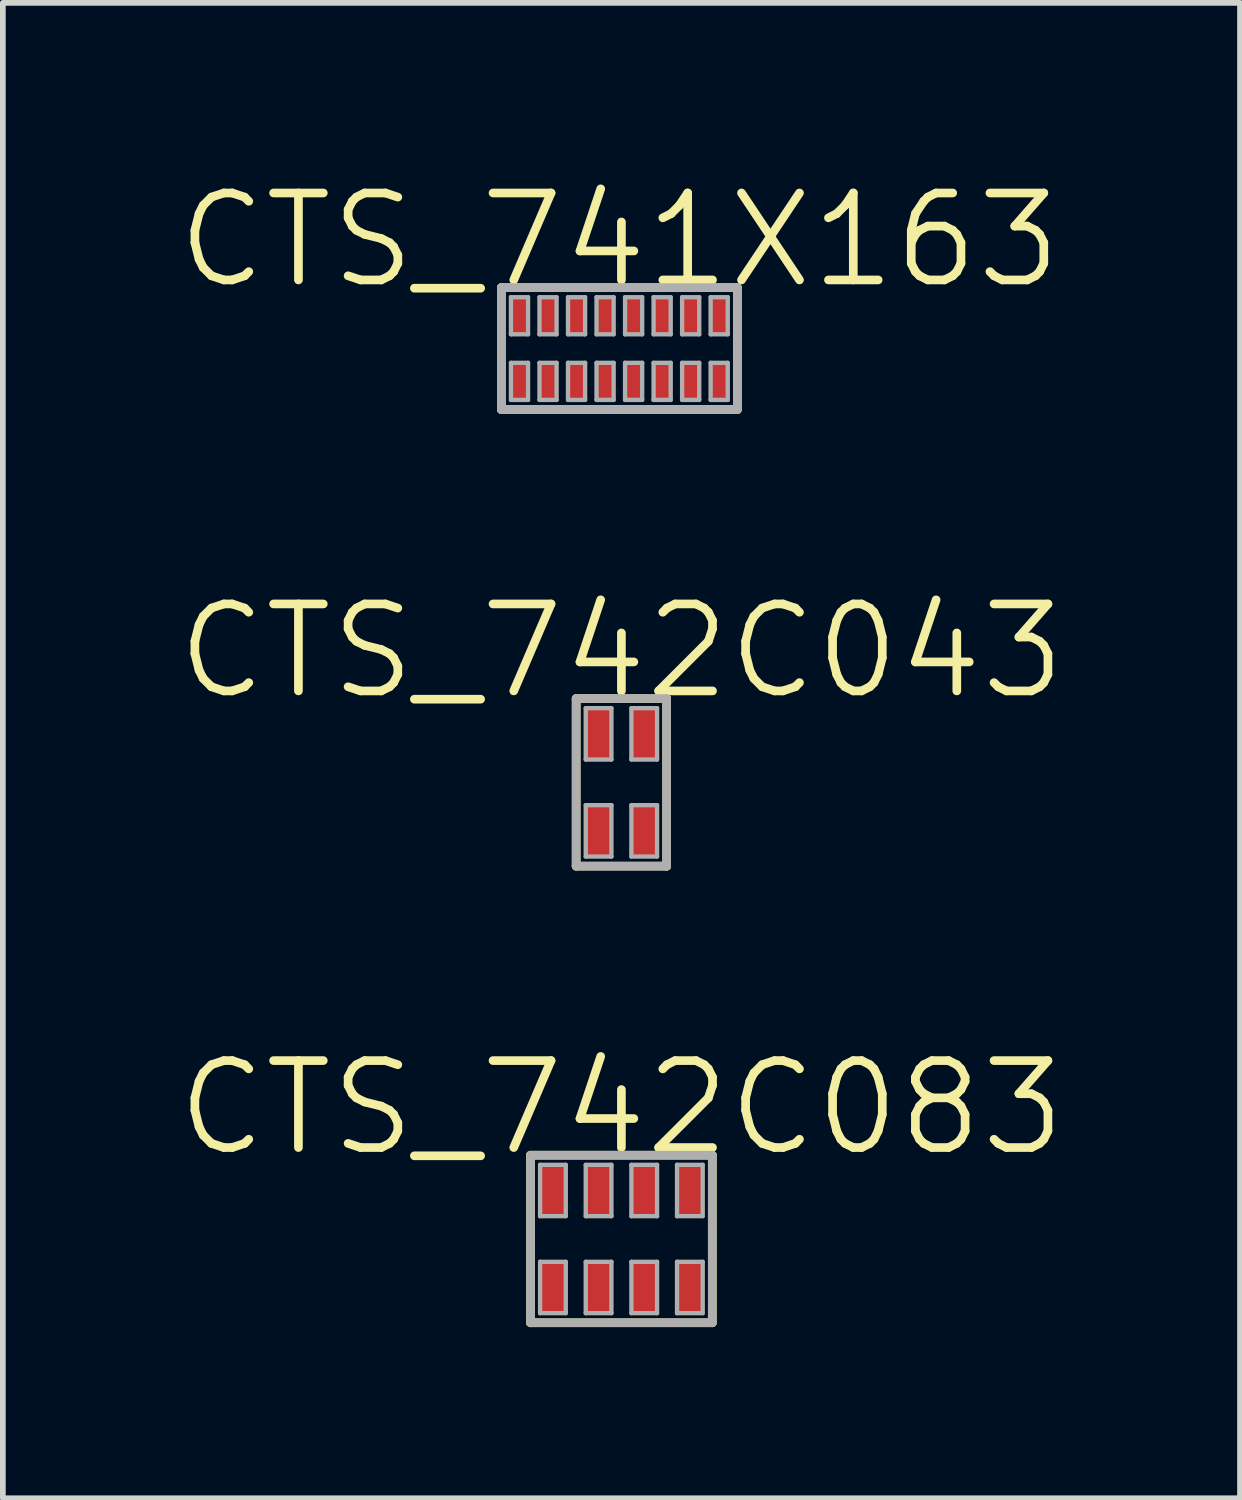
<source format=kicad_pcb>
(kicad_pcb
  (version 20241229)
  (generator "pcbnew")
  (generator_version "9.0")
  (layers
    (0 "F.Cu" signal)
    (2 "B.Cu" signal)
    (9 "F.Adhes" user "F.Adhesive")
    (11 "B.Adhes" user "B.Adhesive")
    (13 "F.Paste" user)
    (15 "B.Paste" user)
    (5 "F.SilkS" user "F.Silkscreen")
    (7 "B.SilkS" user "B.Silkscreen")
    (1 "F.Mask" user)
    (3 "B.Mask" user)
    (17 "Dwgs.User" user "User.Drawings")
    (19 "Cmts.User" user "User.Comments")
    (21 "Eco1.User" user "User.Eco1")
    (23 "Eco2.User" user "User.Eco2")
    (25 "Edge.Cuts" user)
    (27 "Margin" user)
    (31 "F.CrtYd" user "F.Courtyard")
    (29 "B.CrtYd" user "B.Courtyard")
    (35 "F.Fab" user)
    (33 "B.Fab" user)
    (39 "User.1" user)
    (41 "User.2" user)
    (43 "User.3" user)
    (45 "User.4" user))
  (footprint "CTS_742C083"
    (layer "F.Cu")
    (at 7.841 18.665)
    (property "Reference" "CTS_742C083" (at 0 -2.3 0) (layer "F.SilkS") (effects (font (size 1.524 1.524) (thickness 0.152))))
    (attr smd)
    (fp_line (start -1.593 -1.468) (end -1.593 1.468) (stroke (width 0.152) (type solid)) (layer "F.SilkS"))
    (fp_line (start -1.593 -1.468) (end 1.593 -1.468) (stroke (width 0.152) (type solid)) (layer "F.SilkS"))
    (fp_line (start 1.593 1.468) (end -1.593 1.468) (stroke (width 0.152) (type solid)) (layer "F.SilkS"))
    (fp_line (start 1.593 1.468) (end 1.593 -1.468) (stroke (width 0.152) (type solid)) (layer "F.SilkS"))
    (fp_line (start -1.593 -1.468) (end -1.593 1.468) (stroke (width 0.152) (type solid)) (layer "F.Fab"))
    (fp_line (start -1.593 -1.468) (end 1.593 -1.468) (stroke (width 0.152) (type solid)) (layer "F.Fab"))
    (fp_line (start -1.425 -1.3) (end -0.975 -1.3) (stroke (width 0.076) (type solid)) (layer "F.Fab"))
    (fp_line (start -1.425 -0.4) (end -1.425 -1.3) (stroke (width 0.076) (type solid)) (layer "F.Fab"))
    (fp_line (start -1.425 -0.4) (end -0.975 -0.4) (stroke (width 0.076) (type solid)) (layer "F.Fab"))
    (fp_line (start -1.425 0.4) (end -0.975 0.4) (stroke (width 0.076) (type solid)) (layer "F.Fab"))
    (fp_line (start -1.425 1.3) (end -1.425 0.4) (stroke (width 0.076) (type solid)) (layer "F.Fab"))
    (fp_line (start -1.425 1.3) (end -0.975 1.3) (stroke (width 0.076) (type solid)) (layer "F.Fab"))
    (fp_line (start -0.975 -0.4) (end -0.975 -1.3) (stroke (width 0.076) (type solid)) (layer "F.Fab"))
    (fp_line (start -0.975 1.3) (end -0.975 0.4) (stroke (width 0.076) (type solid)) (layer "F.Fab"))
    (fp_line (start -0.625 -1.3) (end -0.175 -1.3) (stroke (width 0.076) (type solid)) (layer "F.Fab"))
    (fp_line (start -0.625 -0.4) (end -0.625 -1.3) (stroke (width 0.076) (type solid)) (layer "F.Fab"))
    (fp_line (start -0.625 -0.4) (end -0.175 -0.4) (stroke (width 0.076) (type solid)) (layer "F.Fab"))
    (fp_line (start -0.625 0.4) (end -0.175 0.4) (stroke (width 0.076) (type solid)) (layer "F.Fab"))
    (fp_line (start -0.625 1.3) (end -0.625 0.4) (stroke (width 0.076) (type solid)) (layer "F.Fab"))
    (fp_line (start -0.625 1.3) (end -0.175 1.3) (stroke (width 0.076) (type solid)) (layer "F.Fab"))
    (fp_line (start -0.175 -0.4) (end -0.175 -1.3) (stroke (width 0.076) (type solid)) (layer "F.Fab"))
    (fp_line (start -0.175 1.3) (end -0.175 0.4) (stroke (width 0.076) (type solid)) (layer "F.Fab"))
    (fp_line (start 0.175 -1.3) (end 0.625 -1.3) (stroke (width 0.076) (type solid)) (layer "F.Fab"))
    (fp_line (start 0.175 -0.4) (end 0.175 -1.3) (stroke (width 0.076) (type solid)) (layer "F.Fab"))
    (fp_line (start 0.175 -0.4) (end 0.625 -0.4) (stroke (width 0.076) (type solid)) (layer "F.Fab"))
    (fp_line (start 0.175 0.4) (end 0.625 0.4) (stroke (width 0.076) (type solid)) (layer "F.Fab"))
    (fp_line (start 0.175 1.3) (end 0.175 0.4) (stroke (width 0.076) (type solid)) (layer "F.Fab"))
    (fp_line (start 0.175 1.3) (end 0.625 1.3) (stroke (width 0.076) (type solid)) (layer "F.Fab"))
    (fp_line (start 0.625 -0.4) (end 0.625 -1.3) (stroke (width 0.076) (type solid)) (layer "F.Fab"))
    (fp_line (start 0.625 1.3) (end 0.625 0.4) (stroke (width 0.076) (type solid)) (layer "F.Fab"))
    (fp_line (start 0.975 -1.3) (end 1.425 -1.3) (stroke (width 0.076) (type solid)) (layer "F.Fab"))
    (fp_line (start 0.975 -0.4) (end 0.975 -1.3) (stroke (width 0.076) (type solid)) (layer "F.Fab"))
    (fp_line (start 0.975 -0.4) (end 1.425 -0.4) (stroke (width 0.076) (type solid)) (layer "F.Fab"))
    (fp_line (start 0.975 0.4) (end 1.425 0.4) (stroke (width 0.076) (type solid)) (layer "F.Fab"))
    (fp_line (start 0.975 1.3) (end 0.975 0.4) (stroke (width 0.076) (type solid)) (layer "F.Fab"))
    (fp_line (start 0.975 1.3) (end 1.425 1.3) (stroke (width 0.076) (type solid)) (layer "F.Fab"))
    (fp_line (start 1.425 -0.4) (end 1.425 -1.3) (stroke (width 0.076) (type solid)) (layer "F.Fab"))
    (fp_line (start 1.425 1.3) (end 1.425 0.4) (stroke (width 0.076) (type solid)) (layer "F.Fab"))
    (fp_line (start 1.593 1.468) (end -1.593 1.468) (stroke (width 0.152) (type solid)) (layer "F.Fab"))
    (fp_line (start 1.593 1.468) (end 1.593 -1.468) (stroke (width 0.152) (type solid)) (layer "F.Fab"))
    (pad "1" smd rect (at -1.2 0.85) (size 0.45 0.9) (layers "F.Cu" "F.Mask" "F.Paste"))
    (pad "2" smd rect (at -0.4 0.85) (size 0.45 0.9) (layers "F.Cu" "F.Mask" "F.Paste"))
    (pad "3" smd rect (at 0.4 0.85) (size 0.45 0.9) (layers "F.Cu" "F.Mask" "F.Paste"))
    (pad "4" smd rect (at 1.2 0.85) (size 0.45 0.9) (layers "F.Cu" "F.Mask" "F.Paste"))
    (pad "5" smd rect (at 1.2 -0.85) (size 0.45 0.9) (layers "F.Cu" "F.Mask" "F.Paste"))
    (pad "6" smd rect (at 0.4 -0.85) (size 0.45 0.9) (layers "F.Cu" "F.Mask" "F.Paste"))
    (pad "7" smd rect (at -0.4 -0.85) (size 0.45 0.9) (layers "F.Cu" "F.Mask" "F.Paste"))
    (pad "8" smd rect (at -1.2 -0.85) (size 0.45 0.9) (layers "F.Cu" "F.Mask" "F.Paste")))
  (footprint "CTS_741X163"
    (layer "F.Cu")
    (at 7.805 3.059)
    (property "Reference" "CTS_741X163" (at 0 -1.9 0) (layer "F.SilkS") (effects (font (size 1.524 1.524) (thickness 0.152))))
    (attr smd)
    (fp_line (start -2.068 -1.068) (end -2.068 1.068) (stroke (width 0.152) (type solid)) (layer "F.SilkS"))
    (fp_line (start -2.068 -1.068) (end 2.068 -1.068) (stroke (width 0.152) (type solid)) (layer "F.SilkS"))
    (fp_line (start 2.068 1.068) (end -2.068 1.068) (stroke (width 0.152) (type solid)) (layer "F.SilkS"))
    (fp_line (start 2.068 1.068) (end 2.068 -1.068) (stroke (width 0.152) (type solid)) (layer "F.SilkS"))
    (fp_line (start -2.068 -1.068) (end -2.068 1.068) (stroke (width 0.152) (type solid)) (layer "F.Fab"))
    (fp_line (start -2.068 -1.068) (end 2.068 -1.068) (stroke (width 0.152) (type solid)) (layer "F.Fab"))
    (fp_line (start -1.9 -0.9) (end -1.6 -0.9) (stroke (width 0.076) (type solid)) (layer "F.Fab"))
    (fp_line (start -1.9 -0.25) (end -1.9 -0.9) (stroke (width 0.076) (type solid)) (layer "F.Fab"))
    (fp_line (start -1.9 -0.25) (end -1.6 -0.25) (stroke (width 0.076) (type solid)) (layer "F.Fab"))
    (fp_line (start -1.9 0.25) (end -1.6 0.25) (stroke (width 0.076) (type solid)) (layer "F.Fab"))
    (fp_line (start -1.9 0.9) (end -1.9 0.25) (stroke (width 0.076) (type solid)) (layer "F.Fab"))
    (fp_line (start -1.9 0.9) (end -1.6 0.9) (stroke (width 0.076) (type solid)) (layer "F.Fab"))
    (fp_line (start -1.6 -0.25) (end -1.6 -0.9) (stroke (width 0.076) (type solid)) (layer "F.Fab"))
    (fp_line (start -1.6 0.9) (end -1.6 0.25) (stroke (width 0.076) (type solid)) (layer "F.Fab"))
    (fp_line (start -1.4 -0.9) (end -1.1 -0.9) (stroke (width 0.076) (type solid)) (layer "F.Fab"))
    (fp_line (start -1.4 -0.25) (end -1.4 -0.9) (stroke (width 0.076) (type solid)) (layer "F.Fab"))
    (fp_line (start -1.4 -0.25) (end -1.1 -0.25) (stroke (width 0.076) (type solid)) (layer "F.Fab"))
    (fp_line (start -1.4 0.25) (end -1.1 0.25) (stroke (width 0.076) (type solid)) (layer "F.Fab"))
    (fp_line (start -1.4 0.9) (end -1.4 0.25) (stroke (width 0.076) (type solid)) (layer "F.Fab"))
    (fp_line (start -1.4 0.9) (end -1.1 0.9) (stroke (width 0.076) (type solid)) (layer "F.Fab"))
    (fp_line (start -1.1 -0.25) (end -1.1 -0.9) (stroke (width 0.076) (type solid)) (layer "F.Fab"))
    (fp_line (start -1.1 0.9) (end -1.1 0.25) (stroke (width 0.076) (type solid)) (layer "F.Fab"))
    (fp_line (start -0.9 -0.9) (end -0.6 -0.9) (stroke (width 0.076) (type solid)) (layer "F.Fab"))
    (fp_line (start -0.9 -0.25) (end -0.9 -0.9) (stroke (width 0.076) (type solid)) (layer "F.Fab"))
    (fp_line (start -0.9 -0.25) (end -0.6 -0.25) (stroke (width 0.076) (type solid)) (layer "F.Fab"))
    (fp_line (start -0.9 0.25) (end -0.6 0.25) (stroke (width 0.076) (type solid)) (layer "F.Fab"))
    (fp_line (start -0.9 0.9) (end -0.9 0.25) (stroke (width 0.076) (type solid)) (layer "F.Fab"))
    (fp_line (start -0.9 0.9) (end -0.6 0.9) (stroke (width 0.076) (type solid)) (layer "F.Fab"))
    (fp_line (start -0.6 -0.25) (end -0.6 -0.9) (stroke (width 0.076) (type solid)) (layer "F.Fab"))
    (fp_line (start -0.6 0.9) (end -0.6 0.25) (stroke (width 0.076) (type solid)) (layer "F.Fab"))
    (fp_line (start -0.4 -0.9) (end -0.1 -0.9) (stroke (width 0.076) (type solid)) (layer "F.Fab"))
    (fp_line (start -0.4 -0.25) (end -0.4 -0.9) (stroke (width 0.076) (type solid)) (layer "F.Fab"))
    (fp_line (start -0.4 -0.25) (end -0.1 -0.25) (stroke (width 0.076) (type solid)) (layer "F.Fab"))
    (fp_line (start -0.4 0.25) (end -0.1 0.25) (stroke (width 0.076) (type solid)) (layer "F.Fab"))
    (fp_line (start -0.4 0.9) (end -0.4 0.25) (stroke (width 0.076) (type solid)) (layer "F.Fab"))
    (fp_line (start -0.4 0.9) (end -0.1 0.9) (stroke (width 0.076) (type solid)) (layer "F.Fab"))
    (fp_line (start -0.1 -0.25) (end -0.1 -0.9) (stroke (width 0.076) (type solid)) (layer "F.Fab"))
    (fp_line (start -0.1 0.9) (end -0.1 0.25) (stroke (width 0.076) (type solid)) (layer "F.Fab"))
    (fp_line (start 0.1 -0.9) (end 0.4 -0.9) (stroke (width 0.076) (type solid)) (layer "F.Fab"))
    (fp_line (start 0.1 -0.25) (end 0.1 -0.9) (stroke (width 0.076) (type solid)) (layer "F.Fab"))
    (fp_line (start 0.1 -0.25) (end 0.4 -0.25) (stroke (width 0.076) (type solid)) (layer "F.Fab"))
    (fp_line (start 0.1 0.25) (end 0.4 0.25) (stroke (width 0.076) (type solid)) (layer "F.Fab"))
    (fp_line (start 0.1 0.9) (end 0.1 0.25) (stroke (width 0.076) (type solid)) (layer "F.Fab"))
    (fp_line (start 0.1 0.9) (end 0.4 0.9) (stroke (width 0.076) (type solid)) (layer "F.Fab"))
    (fp_line (start 0.4 -0.25) (end 0.4 -0.9) (stroke (width 0.076) (type solid)) (layer "F.Fab"))
    (fp_line (start 0.4 0.9) (end 0.4 0.25) (stroke (width 0.076) (type solid)) (layer "F.Fab"))
    (fp_line (start 0.6 -0.9) (end 0.9 -0.9) (stroke (width 0.076) (type solid)) (layer "F.Fab"))
    (fp_line (start 0.6 -0.25) (end 0.6 -0.9) (stroke (width 0.076) (type solid)) (layer "F.Fab"))
    (fp_line (start 0.6 -0.25) (end 0.9 -0.25) (stroke (width 0.076) (type solid)) (layer "F.Fab"))
    (fp_line (start 0.6 0.25) (end 0.9 0.25) (stroke (width 0.076) (type solid)) (layer "F.Fab"))
    (fp_line (start 0.6 0.9) (end 0.6 0.25) (stroke (width 0.076) (type solid)) (layer "F.Fab"))
    (fp_line (start 0.6 0.9) (end 0.9 0.9) (stroke (width 0.076) (type solid)) (layer "F.Fab"))
    (fp_line (start 0.9 -0.25) (end 0.9 -0.9) (stroke (width 0.076) (type solid)) (layer "F.Fab"))
    (fp_line (start 0.9 0.9) (end 0.9 0.25) (stroke (width 0.076) (type solid)) (layer "F.Fab"))
    (fp_line (start 1.1 -0.9) (end 1.4 -0.9) (stroke (width 0.076) (type solid)) (layer "F.Fab"))
    (fp_line (start 1.1 -0.25) (end 1.1 -0.9) (stroke (width 0.076) (type solid)) (layer "F.Fab"))
    (fp_line (start 1.1 -0.25) (end 1.4 -0.25) (stroke (width 0.076) (type solid)) (layer "F.Fab"))
    (fp_line (start 1.1 0.25) (end 1.4 0.25) (stroke (width 0.076) (type solid)) (layer "F.Fab"))
    (fp_line (start 1.1 0.9) (end 1.1 0.25) (stroke (width 0.076) (type solid)) (layer "F.Fab"))
    (fp_line (start 1.1 0.9) (end 1.4 0.9) (stroke (width 0.076) (type solid)) (layer "F.Fab"))
    (fp_line (start 1.4 -0.25) (end 1.4 -0.9) (stroke (width 0.076) (type solid)) (layer "F.Fab"))
    (fp_line (start 1.4 0.9) (end 1.4 0.25) (stroke (width 0.076) (type solid)) (layer "F.Fab"))
    (fp_line (start 1.6 -0.9) (end 1.9 -0.9) (stroke (width 0.076) (type solid)) (layer "F.Fab"))
    (fp_line (start 1.6 -0.25) (end 1.6 -0.9) (stroke (width 0.076) (type solid)) (layer "F.Fab"))
    (fp_line (start 1.6 -0.25) (end 1.9 -0.25) (stroke (width 0.076) (type solid)) (layer "F.Fab"))
    (fp_line (start 1.6 0.25) (end 1.9 0.25) (stroke (width 0.076) (type solid)) (layer "F.Fab"))
    (fp_line (start 1.6 0.9) (end 1.6 0.25) (stroke (width 0.076) (type solid)) (layer "F.Fab"))
    (fp_line (start 1.6 0.9) (end 1.9 0.9) (stroke (width 0.076) (type solid)) (layer "F.Fab"))
    (fp_line (start 1.9 -0.25) (end 1.9 -0.9) (stroke (width 0.076) (type solid)) (layer "F.Fab"))
    (fp_line (start 1.9 0.9) (end 1.9 0.25) (stroke (width 0.076) (type solid)) (layer "F.Fab"))
    (fp_line (start 2.068 1.068) (end -2.068 1.068) (stroke (width 0.152) (type solid)) (layer "F.Fab"))
    (fp_line (start 2.068 1.068) (end 2.068 -1.068) (stroke (width 0.152) (type solid)) (layer "F.Fab"))
    (pad "1" smd rect (at -1.75 0.575) (size 0.3 0.65) (layers "F.Cu" "F.Mask" "F.Paste"))
    (pad "2" smd rect (at -1.25 0.575) (size 0.3 0.65) (layers "F.Cu" "F.Mask" "F.Paste"))
    (pad "3" smd rect (at -0.75 0.575) (size 0.3 0.65) (layers "F.Cu" "F.Mask" "F.Paste"))
    (pad "4" smd rect (at -0.25 0.575) (size 0.3 0.65) (layers "F.Cu" "F.Mask" "F.Paste"))
    (pad "5" smd rect (at 0.25 0.575) (size 0.3 0.65) (layers "F.Cu" "F.Mask" "F.Paste"))
    (pad "6" smd rect (at 0.75 0.575) (size 0.3 0.65) (layers "F.Cu" "F.Mask" "F.Paste"))
    (pad "7" smd rect (at 1.25 0.575) (size 0.3 0.65) (layers "F.Cu" "F.Mask" "F.Paste"))
    (pad "8" smd rect (at 1.75 0.575) (size 0.3 0.65) (layers "F.Cu" "F.Mask" "F.Paste"))
    (pad "9" smd rect (at 1.75 -0.575) (size 0.3 0.65) (layers "F.Cu" "F.Mask" "F.Paste"))
    (pad "10" smd rect (at 1.25 -0.575) (size 0.3 0.65) (layers "F.Cu" "F.Mask" "F.Paste"))
    (pad "11" smd rect (at 0.75 -0.575) (size 0.3 0.65) (layers "F.Cu" "F.Mask" "F.Paste"))
    (pad "12" smd rect (at 0.25 -0.575) (size 0.3 0.65) (layers "F.Cu" "F.Mask" "F.Paste"))
    (pad "13" smd rect (at -0.25 -0.575) (size 0.3 0.65) (layers "F.Cu" "F.Mask" "F.Paste"))
    (pad "14" smd rect (at -0.75 -0.575) (size 0.3 0.65) (layers "F.Cu" "F.Mask" "F.Paste"))
    (pad "15" smd rect (at -1.25 -0.575) (size 0.3 0.65) (layers "F.Cu" "F.Mask" "F.Paste"))
    (pad "16" smd rect (at -1.75 -0.575) (size 0.3 0.65) (layers "F.Cu" "F.Mask" "F.Paste")))
  (footprint "CTS_742C043"
    (layer "F.Cu")
    (at 7.841 10.662)
    (property "Reference" "CTS_742C043" (at 0 -2.3 0) (layer "F.SilkS") (effects (font (size 1.524 1.524) (thickness 0.152))))
    (attr smd)
    (fp_line (start -0.793 -1.468) (end -0.793 1.468) (stroke (width 0.152) (type solid)) (layer "F.SilkS"))
    (fp_line (start -0.793 -1.468) (end 0.793 -1.468) (stroke (width 0.152) (type solid)) (layer "F.SilkS"))
    (fp_line (start 0.793 1.468) (end -0.793 1.468) (stroke (width 0.152) (type solid)) (layer "F.SilkS"))
    (fp_line (start 0.793 1.468) (end 0.793 -1.468) (stroke (width 0.152) (type solid)) (layer "F.SilkS"))
    (fp_line (start -0.793 -1.468) (end -0.793 1.468) (stroke (width 0.152) (type solid)) (layer "F.Fab"))
    (fp_line (start -0.793 -1.468) (end 0.793 -1.468) (stroke (width 0.152) (type solid)) (layer "F.Fab"))
    (fp_line (start -0.625 -1.3) (end -0.175 -1.3) (stroke (width 0.076) (type solid)) (layer "F.Fab"))
    (fp_line (start -0.625 -0.4) (end -0.625 -1.3) (stroke (width 0.076) (type solid)) (layer "F.Fab"))
    (fp_line (start -0.625 -0.4) (end -0.175 -0.4) (stroke (width 0.076) (type solid)) (layer "F.Fab"))
    (fp_line (start -0.625 0.4) (end -0.175 0.4) (stroke (width 0.076) (type solid)) (layer "F.Fab"))
    (fp_line (start -0.625 1.3) (end -0.625 0.4) (stroke (width 0.076) (type solid)) (layer "F.Fab"))
    (fp_line (start -0.625 1.3) (end -0.175 1.3) (stroke (width 0.076) (type solid)) (layer "F.Fab"))
    (fp_line (start -0.175 -0.4) (end -0.175 -1.3) (stroke (width 0.076) (type solid)) (layer "F.Fab"))
    (fp_line (start -0.175 1.3) (end -0.175 0.4) (stroke (width 0.076) (type solid)) (layer "F.Fab"))
    (fp_line (start 0.175 -1.3) (end 0.625 -1.3) (stroke (width 0.076) (type solid)) (layer "F.Fab"))
    (fp_line (start 0.175 -0.4) (end 0.175 -1.3) (stroke (width 0.076) (type solid)) (layer "F.Fab"))
    (fp_line (start 0.175 -0.4) (end 0.625 -0.4) (stroke (width 0.076) (type solid)) (layer "F.Fab"))
    (fp_line (start 0.175 0.4) (end 0.625 0.4) (stroke (width 0.076) (type solid)) (layer "F.Fab"))
    (fp_line (start 0.175 1.3) (end 0.175 0.4) (stroke (width 0.076) (type solid)) (layer "F.Fab"))
    (fp_line (start 0.175 1.3) (end 0.625 1.3) (stroke (width 0.076) (type solid)) (layer "F.Fab"))
    (fp_line (start 0.625 -0.4) (end 0.625 -1.3) (stroke (width 0.076) (type solid)) (layer "F.Fab"))
    (fp_line (start 0.625 1.3) (end 0.625 0.4) (stroke (width 0.076) (type solid)) (layer "F.Fab"))
    (fp_line (start 0.793 1.468) (end -0.793 1.468) (stroke (width 0.152) (type solid)) (layer "F.Fab"))
    (fp_line (start 0.793 1.468) (end 0.793 -1.468) (stroke (width 0.152) (type solid)) (layer "F.Fab"))
    (pad "1" smd rect (at -0.4 0.85) (size 0.45 0.9) (layers "F.Cu" "F.Mask" "F.Paste"))
    (pad "2" smd rect (at 0.4 0.85) (size 0.45 0.9) (layers "F.Cu" "F.Mask" "F.Paste"))
    (pad "3" smd rect (at 0.4 -0.85) (size 0.45 0.9) (layers "F.Cu" "F.Mask" "F.Paste"))
    (pad "4" smd rect (at -0.4 -0.85) (size 0.45 0.9) (layers "F.Cu" "F.Mask" "F.Paste")))
  (gr_rect
    (start -3 -3)
    (end 18.683 23.209)
    (stroke (width 0.1) (type default))
    (fill no)
    (layer "Edge.Cuts")))
</source>
